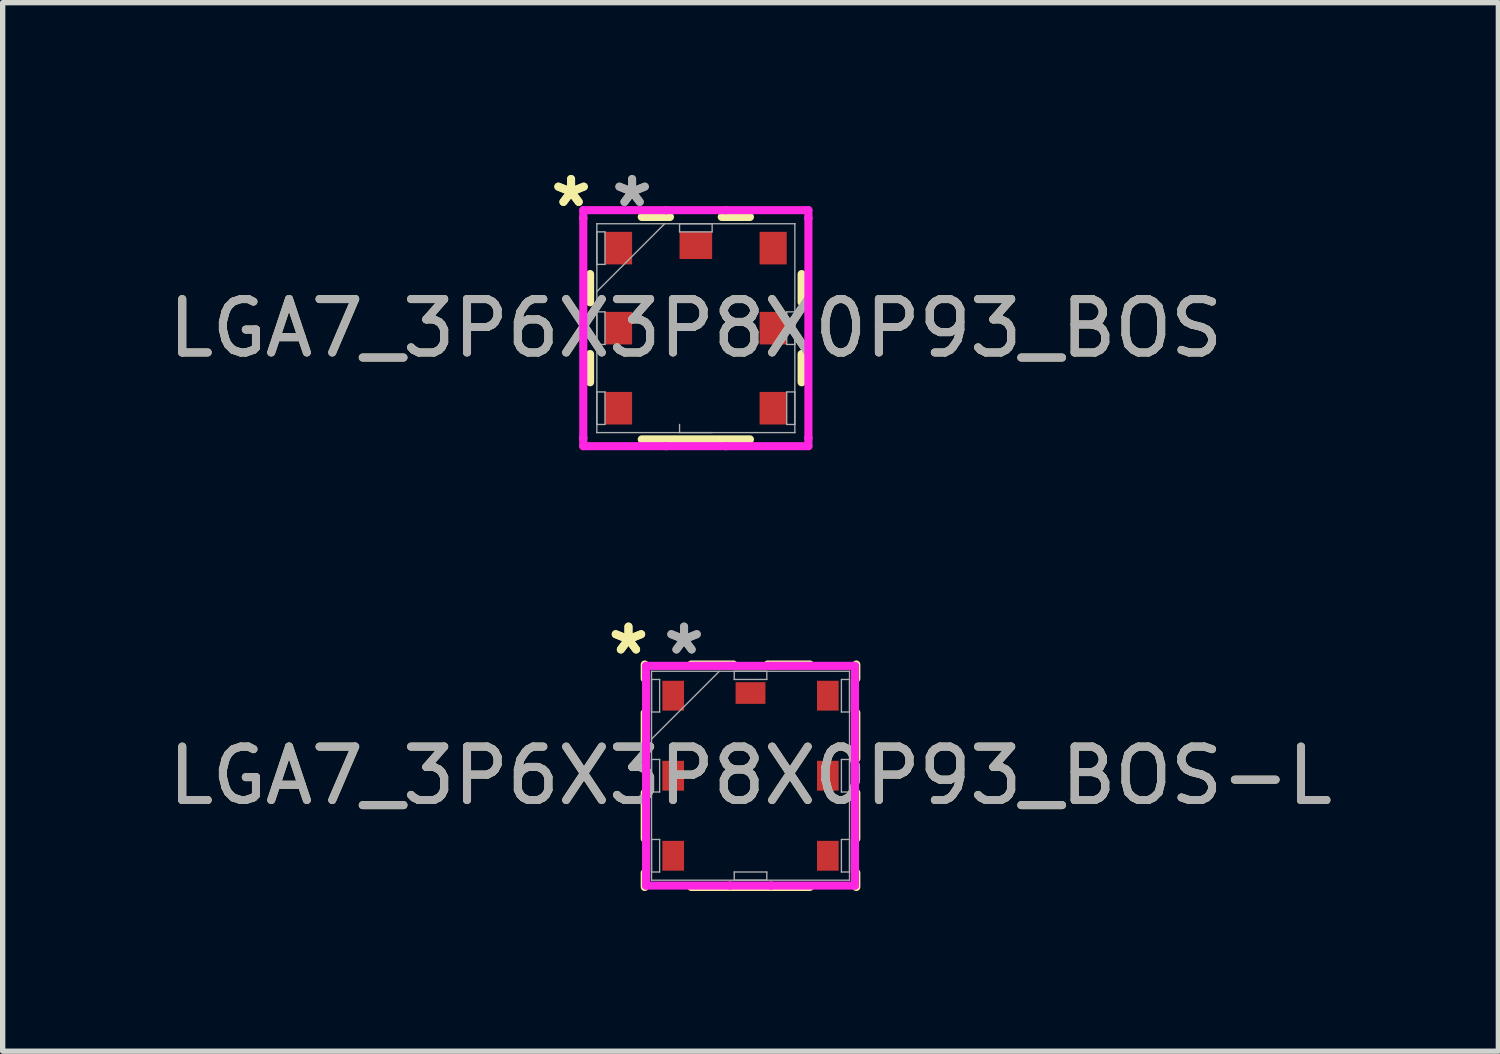
<source format=kicad_pcb>
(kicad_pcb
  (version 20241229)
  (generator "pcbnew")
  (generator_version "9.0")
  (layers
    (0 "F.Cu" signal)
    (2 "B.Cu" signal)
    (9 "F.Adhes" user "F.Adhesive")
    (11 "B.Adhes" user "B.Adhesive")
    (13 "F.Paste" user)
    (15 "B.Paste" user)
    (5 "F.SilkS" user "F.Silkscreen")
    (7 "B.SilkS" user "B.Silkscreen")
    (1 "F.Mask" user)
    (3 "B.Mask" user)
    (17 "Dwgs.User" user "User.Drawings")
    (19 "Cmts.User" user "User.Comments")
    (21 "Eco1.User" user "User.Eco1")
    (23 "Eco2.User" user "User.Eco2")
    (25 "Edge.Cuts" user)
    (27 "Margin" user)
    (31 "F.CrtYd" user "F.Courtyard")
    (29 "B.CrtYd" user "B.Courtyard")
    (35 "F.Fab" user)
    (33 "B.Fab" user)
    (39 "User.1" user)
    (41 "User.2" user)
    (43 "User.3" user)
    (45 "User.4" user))
  (footprint "LGA7_3P6X3P8X0P93_BOS-L"
    (layer "F.Cu")
    (at 11.006 11.478)
    (property "Reference" "LGA7_3P6X3P8X0P93_BOS-L" (at 0 0 0) (unlocked yes) (layer "F.SilkS") (effects (font (size 1 1) (thickness 0.15))))
    (attr smd)
    (fp_line (start -1.981 -2.083) (end -1.981 -1.819) (stroke (width 0.152) (type solid)) (layer "F.SilkS"))
    (fp_line (start -1.981 -1.178) (end -1.981 -0.32) (stroke (width 0.152) (type solid)) (layer "F.SilkS"))
    (fp_line (start -1.981 0.32) (end -1.981 1.178) (stroke (width 0.152) (type solid)) (layer "F.SilkS"))
    (fp_line (start -1.981 1.819) (end -1.981 2.083) (stroke (width 0.152) (type solid)) (layer "F.SilkS"))
    (fp_line (start -1.111 2.083) (end 1.111 2.083) (stroke (width 0.152) (type solid)) (layer "F.SilkS"))
    (fp_line (start -0.32 -2.083) (end -1.111 -2.083) (stroke (width 0.152) (type solid)) (layer "F.SilkS"))
    (fp_line (start 1.111 -2.083) (end 0.32 -2.083) (stroke (width 0.152) (type solid)) (layer "F.SilkS"))
    (fp_line (start 1.981 -1.819) (end 1.981 -2.083) (stroke (width 0.152) (type solid)) (layer "F.SilkS"))
    (fp_line (start 1.981 -0.32) (end 1.981 -1.178) (stroke (width 0.152) (type solid)) (layer "F.SilkS"))
    (fp_line (start 1.981 1.178) (end 1.981 0.32) (stroke (width 0.152) (type solid)) (layer "F.SilkS"))
    (fp_line (start 1.981 2.083) (end 1.981 1.819) (stroke (width 0.152) (type solid)) (layer "F.SilkS"))
    (fp_line (start -1.956 -2.057) (end -0.381 -2.057) (stroke (width 0.152) (type solid)) (layer "F.CrtYd"))
    (fp_line (start -1.956 -1.88) (end -1.956 -2.057) (stroke (width 0.152) (type solid)) (layer "F.CrtYd"))
    (fp_line (start -1.956 -1.88) (end -1.956 -1.88) (stroke (width 0.152) (type solid)) (layer "F.CrtYd"))
    (fp_line (start -1.956 1.88) (end -1.956 -1.88) (stroke (width 0.152) (type solid)) (layer "F.CrtYd"))
    (fp_line (start -1.956 1.88) (end -1.956 1.88) (stroke (width 0.152) (type solid)) (layer "F.CrtYd"))
    (fp_line (start -1.956 2.057) (end -1.956 1.88) (stroke (width 0.152) (type solid)) (layer "F.CrtYd"))
    (fp_line (start -0.381 -2.057) (end -0.381 -2.057) (stroke (width 0.152) (type solid)) (layer "F.CrtYd"))
    (fp_line (start -0.381 -2.057) (end 0.381 -2.057) (stroke (width 0.152) (type solid)) (layer "F.CrtYd"))
    (fp_line (start -0.381 2.057) (end -1.956 2.057) (stroke (width 0.152) (type solid)) (layer "F.CrtYd"))
    (fp_line (start -0.381 2.057) (end -0.381 2.057) (stroke (width 0.152) (type solid)) (layer "F.CrtYd"))
    (fp_line (start 0.381 -2.057) (end 0.381 -2.057) (stroke (width 0.152) (type solid)) (layer "F.CrtYd"))
    (fp_line (start 0.381 -2.057) (end 1.956 -2.057) (stroke (width 0.152) (type solid)) (layer "F.CrtYd"))
    (fp_line (start 0.381 2.057) (end -0.381 2.057) (stroke (width 0.152) (type solid)) (layer "F.CrtYd"))
    (fp_line (start 0.381 2.057) (end 0.381 2.057) (stroke (width 0.152) (type solid)) (layer "F.CrtYd"))
    (fp_line (start 1.956 -2.057) (end 1.956 -1.88) (stroke (width 0.152) (type solid)) (layer "F.CrtYd"))
    (fp_line (start 1.956 -1.88) (end 1.956 -1.88) (stroke (width 0.152) (type solid)) (layer "F.CrtYd"))
    (fp_line (start 1.956 -1.88) (end 1.956 1.88) (stroke (width 0.152) (type solid)) (layer "F.CrtYd"))
    (fp_line (start 1.956 1.88) (end 1.956 1.88) (stroke (width 0.152) (type solid)) (layer "F.CrtYd"))
    (fp_line (start 1.956 1.88) (end 1.956 2.057) (stroke (width 0.152) (type solid)) (layer "F.CrtYd"))
    (fp_line (start 1.956 2.057) (end 0.381 2.057) (stroke (width 0.152) (type solid)) (layer "F.CrtYd"))
    (fp_line (start -1.854 -1.956) (end -1.854 -1.956) (stroke (width 0.025) (type solid)) (layer "F.Fab"))
    (fp_line (start -1.854 -1.956) (end -1.854 1.956) (stroke (width 0.025) (type solid)) (layer "F.Fab"))
    (fp_line (start -1.854 -1.803) (end -1.702 -1.803) (stroke (width 0.025) (type solid)) (layer "F.Fab"))
    (fp_line (start -1.854 -1.194) (end -1.854 -1.803) (stroke (width 0.025) (type solid)) (layer "F.Fab"))
    (fp_line (start -1.854 -0.686) (end -0.584 -1.956) (stroke (width 0.025) (type solid)) (layer "F.Fab"))
    (fp_line (start -1.854 -0.305) (end -1.702 -0.305) (stroke (width 0.025) (type solid)) (layer "F.Fab"))
    (fp_line (start -1.854 0.305) (end -1.854 -0.305) (stroke (width 0.025) (type solid)) (layer "F.Fab"))
    (fp_line (start -1.854 1.194) (end -1.702 1.194) (stroke (width 0.025) (type solid)) (layer "F.Fab"))
    (fp_line (start -1.854 1.803) (end -1.854 1.194) (stroke (width 0.025) (type solid)) (layer "F.Fab"))
    (fp_line (start -1.854 1.956) (end -1.854 1.956) (stroke (width 0.025) (type solid)) (layer "F.Fab"))
    (fp_line (start -1.854 1.956) (end 1.854 1.956) (stroke (width 0.025) (type solid)) (layer "F.Fab"))
    (fp_line (start -1.702 -1.803) (end -1.702 -1.194) (stroke (width 0.025) (type solid)) (layer "F.Fab"))
    (fp_line (start -1.702 -1.194) (end -1.854 -1.194) (stroke (width 0.025) (type solid)) (layer "F.Fab"))
    (fp_line (start -1.702 -0.305) (end -1.702 0.305) (stroke (width 0.025) (type solid)) (layer "F.Fab"))
    (fp_line (start -1.702 0.305) (end -1.854 0.305) (stroke (width 0.025) (type solid)) (layer "F.Fab"))
    (fp_line (start -1.702 1.194) (end -1.702 1.803) (stroke (width 0.025) (type solid)) (layer "F.Fab"))
    (fp_line (start -1.702 1.803) (end -1.854 1.803) (stroke (width 0.025) (type solid)) (layer "F.Fab"))
    (fp_line (start -0.305 -1.956) (end 0.305 -1.956) (stroke (width 0.025) (type solid)) (layer "F.Fab"))
    (fp_line (start -0.305 -1.803) (end -0.305 -1.956) (stroke (width 0.025) (type solid)) (layer "F.Fab"))
    (fp_line (start -0.305 1.803) (end 0.305 1.803) (stroke (width 0.025) (type solid)) (layer "F.Fab"))
    (fp_line (start -0.305 1.956) (end -0.305 1.803) (stroke (width 0.025) (type solid)) (layer "F.Fab"))
    (fp_line (start 0.305 -1.956) (end 0.305 -1.803) (stroke (width 0.025) (type solid)) (layer "F.Fab"))
    (fp_line (start 0.305 -1.803) (end -0.305 -1.803) (stroke (width 0.025) (type solid)) (layer "F.Fab"))
    (fp_line (start 0.305 1.803) (end 0.305 1.956) (stroke (width 0.025) (type solid)) (layer "F.Fab"))
    (fp_line (start 0.305 1.956) (end -0.305 1.956) (stroke (width 0.025) (type solid)) (layer "F.Fab"))
    (fp_line (start 1.702 -1.803) (end 1.854 -1.803) (stroke (width 0.025) (type solid)) (layer "F.Fab"))
    (fp_line (start 1.702 -1.194) (end 1.702 -1.803) (stroke (width 0.025) (type solid)) (layer "F.Fab"))
    (fp_line (start 1.702 -0.305) (end 1.854 -0.305) (stroke (width 0.025) (type solid)) (layer "F.Fab"))
    (fp_line (start 1.702 0.305) (end 1.702 -0.305) (stroke (width 0.025) (type solid)) (layer "F.Fab"))
    (fp_line (start 1.702 1.194) (end 1.854 1.194) (stroke (width 0.025) (type solid)) (layer "F.Fab"))
    (fp_line (start 1.702 1.803) (end 1.702 1.194) (stroke (width 0.025) (type solid)) (layer "F.Fab"))
    (fp_line (start 1.854 -1.956) (end -1.854 -1.956) (stroke (width 0.025) (type solid)) (layer "F.Fab"))
    (fp_line (start 1.854 -1.956) (end 1.854 -1.956) (stroke (width 0.025) (type solid)) (layer "F.Fab"))
    (fp_line (start 1.854 -1.803) (end 1.854 -1.194) (stroke (width 0.025) (type solid)) (layer "F.Fab"))
    (fp_line (start 1.854 -1.194) (end 1.702 -1.194) (stroke (width 0.025) (type solid)) (layer "F.Fab"))
    (fp_line (start 1.854 -0.305) (end 1.854 0.305) (stroke (width 0.025) (type solid)) (layer "F.Fab"))
    (fp_line (start 1.854 0.305) (end 1.702 0.305) (stroke (width 0.025) (type solid)) (layer "F.Fab"))
    (fp_line (start 1.854 1.194) (end 1.854 1.803) (stroke (width 0.025) (type solid)) (layer "F.Fab"))
    (fp_line (start 1.854 1.803) (end 1.702 1.803) (stroke (width 0.025) (type solid)) (layer "F.Fab"))
    (fp_line (start 1.854 1.956) (end 1.854 -1.956) (stroke (width 0.025) (type solid)) (layer "F.Fab"))
    (fp_line (start 1.854 1.956) (end 1.854 1.956) (stroke (width 0.025) (type solid)) (layer "F.Fab"))
    (fp_text user "*" (at -2.286 -2.248 0) (unlocked yes) (layer "F.SilkS") (effects (font (size 1 1) (thickness 0.15))))
    (fp_text user "*" (at -2.286 -2.248 0) (layer "F.SilkS") (effects (font (size 1 1) (thickness 0.15))))
    (fp_text user "${REFERENCE}" (at 0 0 0) (unlocked yes) (layer "F.Fab") (effects (font (size 1 1) (thickness 0.15))))
    (fp_text user "*" (at -1.245 -2.248 0) (unlocked yes) (layer "F.Fab") (effects (font (size 1 1) (thickness 0.15))))
    (fp_text user "*" (at -1.245 -2.248 0) (layer "F.Fab") (effects (font (size 1 1) (thickness 0.15))))
    (pad "1" smd rect (at -1.448 -1.499 90) (size 0.559 0.406) (layers "F.Cu" "F.Mask" "F.Paste"))
    (pad "2" smd rect (at -1.448 0 90) (size 0.559 0.406) (layers "F.Cu" "F.Mask" "F.Paste"))
    (pad "3" smd rect (at -1.448 1.499 90) (size 0.559 0.406) (layers "F.Cu" "F.Mask" "F.Paste"))
    (pad "4" smd rect (at 1.448 1.499 90) (size 0.559 0.406) (layers "F.Cu" "F.Mask" "F.Paste"))
    (pad "5" smd rect (at 1.448 0 90) (size 0.559 0.406) (layers "F.Cu" "F.Mask" "F.Paste"))
    (pad "6" smd rect (at 1.448 -1.499 90) (size 0.559 0.406) (layers "F.Cu" "F.Mask" "F.Paste"))
    (pad "7" smd rect (at 0 -1.549) (size 0.559 0.406) (layers "F.Cu" "F.Mask" "F.Paste")))
  (footprint "LGA7_3P6X3P8X0P93_BOS"
    (layer "F.Cu")
    (at 9.982 3.096)
    (property "Reference" "LGA7_3P6X3P8X0P93_BOS" (at 0 0 0) (unlocked yes) (layer "F.SilkS") (effects (font (size 1 1) (thickness 0.15))))
    (attr smd)
    (fp_line (start -1.981 -1.013) (end -1.981 -0.485) (stroke (width 0.152) (type solid)) (layer "F.SilkS"))
    (fp_line (start -1.981 0.485) (end -1.981 1.013) (stroke (width 0.152) (type solid)) (layer "F.SilkS"))
    (fp_line (start -1.013 2.083) (end 1.013 2.083) (stroke (width 0.152) (type solid)) (layer "F.SilkS"))
    (fp_line (start -0.485 -2.083) (end -1.013 -2.083) (stroke (width 0.152) (type solid)) (layer "F.SilkS"))
    (fp_line (start 1.013 -2.083) (end 0.485 -2.083) (stroke (width 0.152) (type solid)) (layer "F.SilkS"))
    (fp_line (start 1.981 -0.485) (end 1.981 -1.013) (stroke (width 0.152) (type solid)) (layer "F.SilkS"))
    (fp_line (start 1.981 1.013) (end 1.981 0.485) (stroke (width 0.152) (type solid)) (layer "F.SilkS"))
    (fp_line (start -2.108 -2.21) (end -0.559 -2.21) (stroke (width 0.152) (type solid)) (layer "F.CrtYd"))
    (fp_line (start -2.108 -2.057) (end -2.108 -2.21) (stroke (width 0.152) (type solid)) (layer "F.CrtYd"))
    (fp_line (start -2.108 -2.057) (end -2.108 -2.057) (stroke (width 0.152) (type solid)) (layer "F.CrtYd"))
    (fp_line (start -2.108 2.057) (end -2.108 -2.057) (stroke (width 0.152) (type solid)) (layer "F.CrtYd"))
    (fp_line (start -2.108 2.057) (end -2.108 2.057) (stroke (width 0.152) (type solid)) (layer "F.CrtYd"))
    (fp_line (start -2.108 2.21) (end -2.108 2.057) (stroke (width 0.152) (type solid)) (layer "F.CrtYd"))
    (fp_line (start -0.559 -2.21) (end -0.559 -2.21) (stroke (width 0.152) (type solid)) (layer "F.CrtYd"))
    (fp_line (start -0.559 -2.21) (end 0.559 -2.21) (stroke (width 0.152) (type solid)) (layer "F.CrtYd"))
    (fp_line (start -0.559 2.21) (end -2.108 2.21) (stroke (width 0.152) (type solid)) (layer "F.CrtYd"))
    (fp_line (start -0.559 2.21) (end -0.559 2.21) (stroke (width 0.152) (type solid)) (layer "F.CrtYd"))
    (fp_line (start 0.559 -2.21) (end 0.559 -2.21) (stroke (width 0.152) (type solid)) (layer "F.CrtYd"))
    (fp_line (start 0.559 -2.21) (end 2.108 -2.21) (stroke (width 0.152) (type solid)) (layer "F.CrtYd"))
    (fp_line (start 0.559 2.21) (end -0.559 2.21) (stroke (width 0.152) (type solid)) (layer "F.CrtYd"))
    (fp_line (start 0.559 2.21) (end 0.559 2.21) (stroke (width 0.152) (type solid)) (layer "F.CrtYd"))
    (fp_line (start 2.108 -2.21) (end 2.108 -2.057) (stroke (width 0.152) (type solid)) (layer "F.CrtYd"))
    (fp_line (start 2.108 -2.057) (end 2.108 -2.057) (stroke (width 0.152) (type solid)) (layer "F.CrtYd"))
    (fp_line (start 2.108 -2.057) (end 2.108 2.057) (stroke (width 0.152) (type solid)) (layer "F.CrtYd"))
    (fp_line (start 2.108 2.057) (end 2.108 2.057) (stroke (width 0.152) (type solid)) (layer "F.CrtYd"))
    (fp_line (start 2.108 2.057) (end 2.108 2.21) (stroke (width 0.152) (type solid)) (layer "F.CrtYd"))
    (fp_line (start 2.108 2.21) (end 0.559 2.21) (stroke (width 0.152) (type solid)) (layer "F.CrtYd"))
    (fp_line (start -1.854 -1.956) (end -1.854 -1.956) (stroke (width 0.025) (type solid)) (layer "F.Fab"))
    (fp_line (start -1.854 -1.956) (end -1.854 1.956) (stroke (width 0.025) (type solid)) (layer "F.Fab"))
    (fp_line (start -1.854 -1.803) (end -1.702 -1.803) (stroke (width 0.025) (type solid)) (layer "F.Fab"))
    (fp_line (start -1.854 -1.194) (end -1.854 -1.803) (stroke (width 0.025) (type solid)) (layer "F.Fab"))
    (fp_line (start -1.854 -0.686) (end -0.584 -1.956) (stroke (width 0.025) (type solid)) (layer "F.Fab"))
    (fp_line (start -1.854 -0.305) (end -1.702 -0.305) (stroke (width 0.025) (type solid)) (layer "F.Fab"))
    (fp_line (start -1.854 0.305) (end -1.854 -0.305) (stroke (width 0.025) (type solid)) (layer "F.Fab"))
    (fp_line (start -1.854 1.194) (end -1.702 1.194) (stroke (width 0.025) (type solid)) (layer "F.Fab"))
    (fp_line (start -1.854 1.803) (end -1.854 1.194) (stroke (width 0.025) (type solid)) (layer "F.Fab"))
    (fp_line (start -1.854 1.956) (end -1.854 1.956) (stroke (width 0.025) (type solid)) (layer "F.Fab"))
    (fp_line (start -1.854 1.956) (end 1.854 1.956) (stroke (width 0.025) (type solid)) (layer "F.Fab"))
    (fp_line (start -1.702 -1.803) (end -1.702 -1.194) (stroke (width 0.025) (type solid)) (layer "F.Fab"))
    (fp_line (start -1.702 -1.194) (end -1.854 -1.194) (stroke (width 0.025) (type solid)) (layer "F.Fab"))
    (fp_line (start -1.702 -0.305) (end -1.702 0.305) (stroke (width 0.025) (type solid)) (layer "F.Fab"))
    (fp_line (start -1.702 0.305) (end -1.854 0.305) (stroke (width 0.025) (type solid)) (layer "F.Fab"))
    (fp_line (start -1.702 1.194) (end -1.702 1.803) (stroke (width 0.025) (type solid)) (layer "F.Fab"))
    (fp_line (start -1.702 1.803) (end -1.854 1.803) (stroke (width 0.025) (type solid)) (layer "F.Fab"))
    (fp_line (start -0.305 -1.956) (end 0.305 -1.956) (stroke (width 0.025) (type solid)) (layer "F.Fab"))
    (fp_line (start -0.305 -1.803) (end -0.305 -1.956) (stroke (width 0.025) (type solid)) (layer "F.Fab"))
    (fp_line (start -0.305 1.956) (end -0.305 1.803) (stroke (width 0.025) (type solid)) (layer "F.Fab"))
    (fp_line (start 0.305 -1.956) (end 0.305 -1.803) (stroke (width 0.025) (type solid)) (layer "F.Fab"))
    (fp_line (start 0.305 -1.803) (end -0.305 -1.803) (stroke (width 0.025) (type solid)) (layer "F.Fab"))
    (fp_line (start 0.305 1.956) (end -0.305 1.956) (stroke (width 0.025) (type solid)) (layer "F.Fab"))
    (fp_line (start 1.702 -0.305) (end 1.854 -0.305) (stroke (width 0.025) (type solid)) (layer "F.Fab"))
    (fp_line (start 1.702 0.305) (end 1.702 -0.305) (stroke (width 0.025) (type solid)) (layer "F.Fab"))
    (fp_line (start 1.702 1.194) (end 1.854 1.194) (stroke (width 0.025) (type solid)) (layer "F.Fab"))
    (fp_line (start 1.702 1.803) (end 1.702 1.194) (stroke (width 0.025) (type solid)) (layer "F.Fab"))
    (fp_line (start 1.854 -1.956) (end -1.854 -1.956) (stroke (width 0.025) (type solid)) (layer "F.Fab"))
    (fp_line (start 1.854 -1.956) (end 1.854 -1.956) (stroke (width 0.025) (type solid)) (layer "F.Fab"))
    (fp_line (start 1.854 -0.305) (end 1.854 0.305) (stroke (width 0.025) (type solid)) (layer "F.Fab"))
    (fp_line (start 1.854 0.305) (end 1.702 0.305) (stroke (width 0.025) (type solid)) (layer "F.Fab"))
    (fp_line (start 1.854 1.194) (end 1.854 1.803) (stroke (width 0.025) (type solid)) (layer "F.Fab"))
    (fp_line (start 1.854 1.803) (end 1.702 1.803) (stroke (width 0.025) (type solid)) (layer "F.Fab"))
    (fp_line (start 1.854 1.956) (end 1.854 -1.956) (stroke (width 0.025) (type solid)) (layer "F.Fab"))
    (fp_line (start 1.854 1.956) (end 1.854 1.956) (stroke (width 0.025) (type solid)) (layer "F.Fab"))
    (fp_text user "*" (at -2.337 -2.248 0) (unlocked yes) (layer "F.SilkS") (effects (font (size 1 1) (thickness 0.15))))
    (fp_text user "*" (at -2.337 -2.248 0) (layer "F.SilkS") (effects (font (size 1 1) (thickness 0.15))))
    (fp_text user "*" (at -1.194 -2.248 0) (layer "F.Fab") (effects (font (size 1 1) (thickness 0.15))))
    (fp_text user "${REFERENCE}" (at 0 0 0) (unlocked yes) (layer "F.Fab") (effects (font (size 1 1) (thickness 0.15))))
    (fp_text user "*" (at -1.194 -2.248 0) (unlocked yes) (layer "F.Fab") (effects (font (size 1 1) (thickness 0.15))))
    (pad "1" smd rect (at -1.448 -1.499 90) (size 0.61 0.508) (layers "F.Cu" "F.Mask" "F.Paste"))
    (pad "2" smd rect (at -1.448 0 90) (size 0.61 0.508) (layers "F.Cu" "F.Mask" "F.Paste"))
    (pad "3" smd rect (at -1.448 1.499 90) (size 0.61 0.508) (layers "F.Cu" "F.Mask" "F.Paste"))
    (pad "4" smd rect (at 1.448 1.499 90) (size 0.61 0.508) (layers "F.Cu" "F.Mask" "F.Paste"))
    (pad "5" smd rect (at 1.448 0 90) (size 0.61 0.508) (layers "F.Cu" "F.Mask" "F.Paste"))
    (pad "6" smd rect (at 1.448 -1.499 90) (size 0.61 0.508) (layers "F.Cu" "F.Mask" "F.Paste"))
    (pad "7" smd rect (at 0 -1.549) (size 0.61 0.508) (layers "F.Cu" "F.Mask" "F.Paste")))
  (gr_rect
    (start -3 -3)
    (end 25.012 16.637)
    (stroke (width 0.1) (type default))
    (fill no)
    (layer "Edge.Cuts")))
</source>
